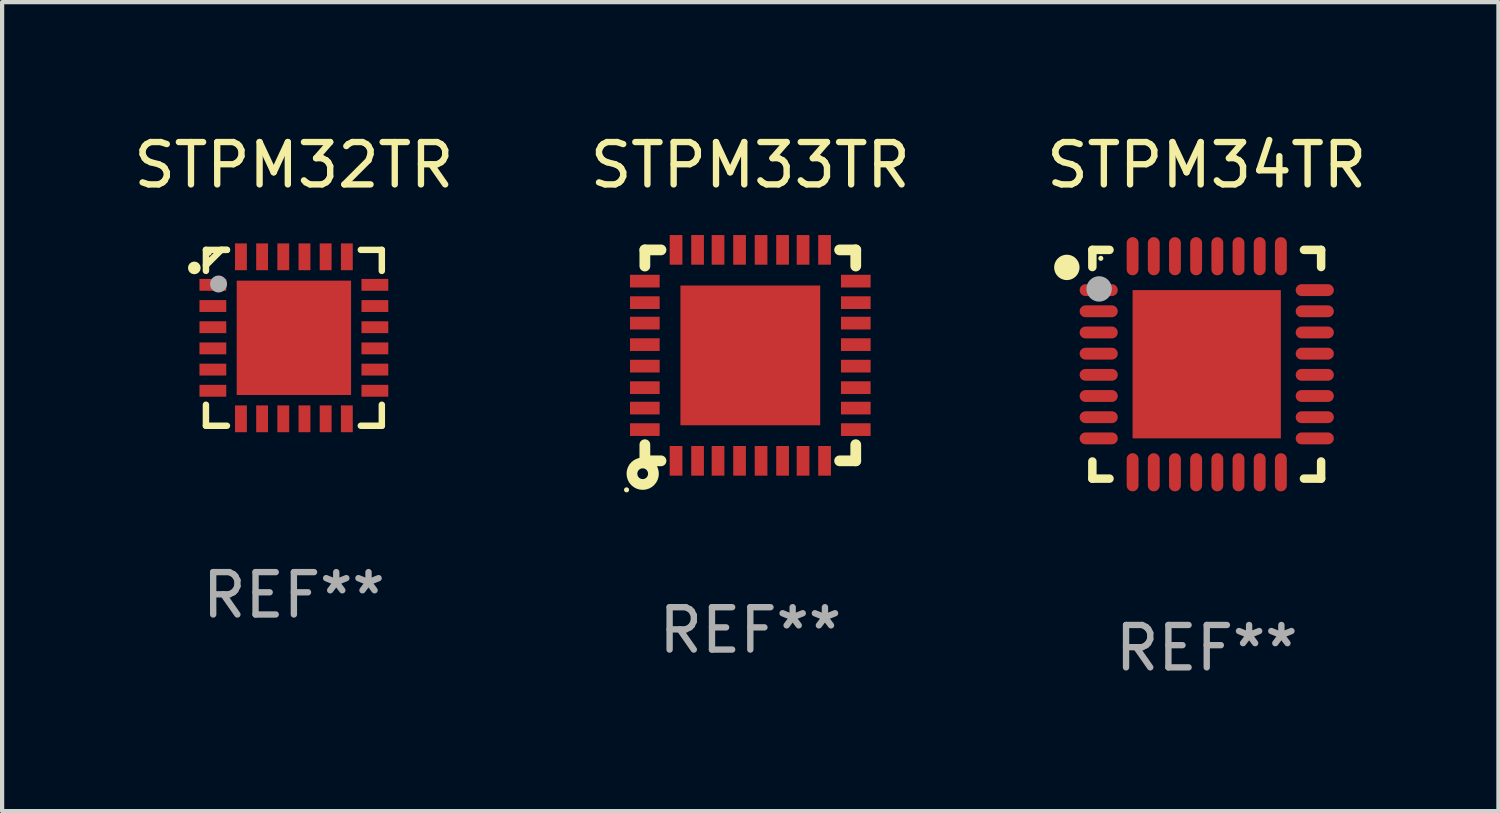
<source format=kicad_pcb>
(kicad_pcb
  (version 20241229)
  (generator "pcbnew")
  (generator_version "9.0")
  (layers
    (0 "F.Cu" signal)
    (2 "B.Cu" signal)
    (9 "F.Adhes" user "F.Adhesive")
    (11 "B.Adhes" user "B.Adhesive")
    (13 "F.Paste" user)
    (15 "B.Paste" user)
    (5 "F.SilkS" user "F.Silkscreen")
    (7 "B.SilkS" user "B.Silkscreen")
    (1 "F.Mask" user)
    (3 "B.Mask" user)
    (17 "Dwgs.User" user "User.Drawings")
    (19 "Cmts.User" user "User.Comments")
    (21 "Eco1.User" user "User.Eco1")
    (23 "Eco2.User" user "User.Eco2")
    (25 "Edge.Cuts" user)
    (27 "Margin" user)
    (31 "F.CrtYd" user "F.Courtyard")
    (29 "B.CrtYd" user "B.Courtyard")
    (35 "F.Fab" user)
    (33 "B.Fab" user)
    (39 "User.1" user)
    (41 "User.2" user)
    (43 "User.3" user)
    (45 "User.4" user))
  (footprint "STPM34TR"
    (layer "F.Cu")
    (at 25.435 5.548)
    (property "Reference" "STPM34TR" (at 0 -4.7 0) (layer "F.SilkS") (effects (font (size 1 1) (thickness 0.15))))
    (attr through_hole)
    (fp_line (start -2.7 -2.7) (end -2.295 -2.7) (stroke (width 0.2) (type solid)) (layer "F.SilkS"))
    (fp_line (start -2.7 -2.295) (end -2.7 -2.7) (stroke (width 0.2) (type solid)) (layer "F.SilkS"))
    (fp_line (start -2.7 2.295) (end -2.7 2.7) (stroke (width 0.2) (type solid)) (layer "F.SilkS"))
    (fp_line (start -2.7 2.7) (end -2.295 2.7) (stroke (width 0.2) (type solid)) (layer "F.SilkS"))
    (fp_line (start 2.295 -2.7) (end 2.7 -2.7) (stroke (width 0.2) (type solid)) (layer "F.SilkS"))
    (fp_line (start 2.295 2.7) (end 2.7 2.7) (stroke (width 0.2) (type solid)) (layer "F.SilkS"))
    (fp_line (start 2.7 -2.7) (end 2.7 -2.295) (stroke (width 0.2) (type solid)) (layer "F.SilkS"))
    (fp_line (start 2.7 2.7) (end 2.7 2.295) (stroke (width 0.2) (type solid)) (layer "F.SilkS"))
    (fp_circle (center -3.302 -2.286) (end -3.152 -2.286) (stroke (width 0.3) (type solid)) (fill no) (layer "F.SilkS"))
    (fp_circle (center -2.5 -2.5) (end -2.47 -2.5) (stroke (width 0.06) (type solid)) (fill no) (layer "F.SilkS"))
    (fp_circle (center -2.54 -1.778) (end -2.39 -1.778) (stroke (width 0.3) (type solid)) (fill no) (layer "F.Fab"))
    (fp_text user "REF**" (at 0 6.7 0) (layer "F.Fab") (effects (font (size 1 1) (thickness 0.15))))
    (pad "1" smd oval (at -2.55 -1.75 90) (size 0.28 0.9) (layers "F.Cu" "F.Mask" "F.Paste"))
    (pad "2" smd oval (at -2.55 -1.25 90) (size 0.28 0.9) (layers "F.Cu" "F.Mask" "F.Paste"))
    (pad "3" smd oval (at -2.55 -0.75 90) (size 0.28 0.9) (layers "F.Cu" "F.Mask" "F.Paste"))
    (pad "4" smd oval (at -2.55 -0.25 90) (size 0.28 0.9) (layers "F.Cu" "F.Mask" "F.Paste"))
    (pad "5" smd oval (at -2.55 0.25 90) (size 0.28 0.9) (layers "F.Cu" "F.Mask" "F.Paste"))
    (pad "6" smd oval (at -2.55 0.75 90) (size 0.28 0.9) (layers "F.Cu" "F.Mask" "F.Paste"))
    (pad "7" smd oval (at -2.55 1.25 90) (size 0.28 0.9) (layers "F.Cu" "F.Mask" "F.Paste"))
    (pad "8" smd oval (at -2.55 1.75 90) (size 0.28 0.9) (layers "F.Cu" "F.Mask" "F.Paste"))
    (pad "9" smd oval (at -1.75 2.55) (size 0.28 0.9) (layers "F.Cu" "F.Mask" "F.Paste"))
    (pad "10" smd oval (at -1.25 2.55) (size 0.28 0.9) (layers "F.Cu" "F.Mask" "F.Paste"))
    (pad "11" smd oval (at -0.75 2.55) (size 0.28 0.9) (layers "F.Cu" "F.Mask" "F.Paste"))
    (pad "12" smd oval (at -0.25 2.55) (size 0.28 0.9) (layers "F.Cu" "F.Mask" "F.Paste"))
    (pad "13" smd oval (at 0.25 2.55) (size 0.28 0.9) (layers "F.Cu" "F.Mask" "F.Paste"))
    (pad "14" smd oval (at 0.75 2.55) (size 0.28 0.9) (layers "F.Cu" "F.Mask" "F.Paste"))
    (pad "15" smd oval (at 1.25 2.55) (size 0.28 0.9) (layers "F.Cu" "F.Mask" "F.Paste"))
    (pad "16" smd oval (at 1.75 2.55) (size 0.28 0.9) (layers "F.Cu" "F.Mask" "F.Paste"))
    (pad "17" smd oval (at 2.55 1.75 90) (size 0.28 0.9) (layers "F.Cu" "F.Mask" "F.Paste"))
    (pad "18" smd oval (at 2.55 1.25 90) (size 0.28 0.9) (layers "F.Cu" "F.Mask" "F.Paste"))
    (pad "19" smd oval (at 2.55 0.75 90) (size 0.28 0.9) (layers "F.Cu" "F.Mask" "F.Paste"))
    (pad "20" smd oval (at 2.55 0.25 90) (size 0.28 0.9) (layers "F.Cu" "F.Mask" "F.Paste"))
    (pad "21" smd oval (at 2.55 -0.25 90) (size 0.28 0.9) (layers "F.Cu" "F.Mask" "F.Paste"))
    (pad "22" smd oval (at 2.55 -0.75 90) (size 0.28 0.9) (layers "F.Cu" "F.Mask" "F.Paste"))
    (pad "23" smd oval (at 2.55 -1.25 90) (size 0.28 0.9) (layers "F.Cu" "F.Mask" "F.Paste"))
    (pad "24" smd oval (at 2.55 -1.75 90) (size 0.28 0.9) (layers "F.Cu" "F.Mask" "F.Paste"))
    (pad "25" smd oval (at 1.75 -2.55) (size 0.28 0.9) (layers "F.Cu" "F.Mask" "F.Paste"))
    (pad "26" smd oval (at 1.25 -2.55) (size 0.28 0.9) (layers "F.Cu" "F.Mask" "F.Paste"))
    (pad "27" smd oval (at 0.75 -2.55) (size 0.28 0.9) (layers "F.Cu" "F.Mask" "F.Paste"))
    (pad "28" smd oval (at 0.25 -2.55) (size 0.28 0.9) (layers "F.Cu" "F.Mask" "F.Paste"))
    (pad "29" smd oval (at -0.25 -2.55) (size 0.28 0.9) (layers "F.Cu" "F.Mask" "F.Paste"))
    (pad "30" smd oval (at -0.75 -2.55) (size 0.28 0.9) (layers "F.Cu" "F.Mask" "F.Paste"))
    (pad "31" smd oval (at -1.25 -2.55) (size 0.28 0.9) (layers "F.Cu" "F.Mask" "F.Paste"))
    (pad "32" smd oval (at -1.75 -2.55) (size 0.28 0.9) (layers "F.Cu" "F.Mask" "F.Paste"))
    (pad "33" smd rect (at 0 0) (size 3.5 3.5) (layers "F.Cu" "F.Mask" "F.Paste")))
  (footprint "STPM32TR"
    (layer "F.Cu")
    (at 3.887 4.924)
    (property "Reference" "STPM32TR" (at 0 -4.076 0) (layer "F.SilkS") (effects (font (size 1 1) (thickness 0.15))))
    (attr through_hole)
    (fp_line (start -2.076 -2.076) (end -2.076 -1.58) (stroke (width 0.152) (type solid)) (layer "F.SilkS"))
    (fp_line (start -2.076 2.076) (end -2.076 1.58) (stroke (width 0.152) (type solid)) (layer "F.SilkS"))
    (fp_line (start -1.713 -2.076) (end -2.076 -1.713) (stroke (width 0.152) (type solid)) (layer "F.SilkS"))
    (fp_line (start -1.58 -2.076) (end -2.076 -2.076) (stroke (width 0.152) (type solid)) (layer "F.SilkS"))
    (fp_line (start -1.58 -2.076) (end -1.713 -2.076) (stroke (width 0.152) (type solid)) (layer "F.SilkS"))
    (fp_line (start -1.58 2.076) (end -2.076 2.076) (stroke (width 0.152) (type solid)) (layer "F.SilkS"))
    (fp_line (start 1.58 -2.076) (end 2.076 -2.076) (stroke (width 0.152) (type solid)) (layer "F.SilkS"))
    (fp_line (start 1.58 2.076) (end 2.076 2.076) (stroke (width 0.152) (type solid)) (layer "F.SilkS"))
    (fp_line (start 2.076 -2.076) (end 2.076 -1.58) (stroke (width 0.152) (type solid)) (layer "F.SilkS"))
    (fp_line (start 2.076 2.076) (end 2.076 1.58) (stroke (width 0.152) (type solid)) (layer "F.SilkS"))
    (fp_circle (center -2.35 -1.65) (end -2.275 -1.65) (stroke (width 0.15) (type solid)) (fill no) (layer "F.SilkS"))
    (fp_circle (center -2 -2) (end -1.97 -2) (stroke (width 0.06) (type solid)) (fill no) (layer "F.SilkS"))
    (fp_circle (center -1.778 -1.27) (end -1.678 -1.27) (stroke (width 0.2) (type solid)) (fill no) (layer "F.Fab"))
    (fp_text user "REF**" (at 0 6.076 0) (layer "F.Fab") (effects (font (size 1 1) (thickness 0.15))))
    (pad "1" smd rect (at -1.912 -1.25) (size 0.633 0.28) (layers "F.Cu" "F.Mask" "F.Paste"))
    (pad "2" smd rect (at -1.912 -0.75) (size 0.633 0.28) (layers "F.Cu" "F.Mask" "F.Paste"))
    (pad "3" smd rect (at -1.912 -0.25) (size 0.633 0.28) (layers "F.Cu" "F.Mask" "F.Paste"))
    (pad "4" smd rect (at -1.912 0.25) (size 0.633 0.28) (layers "F.Cu" "F.Mask" "F.Paste"))
    (pad "5" smd rect (at -1.912 0.75) (size 0.633 0.28) (layers "F.Cu" "F.Mask" "F.Paste"))
    (pad "6" smd rect (at -1.912 1.25) (size 0.633 0.28) (layers "F.Cu" "F.Mask" "F.Paste"))
    (pad "7" smd rect (at -1.25 1.912) (size 0.28 0.633) (layers "F.Cu" "F.Mask" "F.Paste"))
    (pad "8" smd rect (at -0.75 1.912) (size 0.28 0.633) (layers "F.Cu" "F.Mask" "F.Paste"))
    (pad "9" smd rect (at -0.25 1.912) (size 0.28 0.633) (layers "F.Cu" "F.Mask" "F.Paste"))
    (pad "10" smd rect (at 0.25 1.912) (size 0.28 0.633) (layers "F.Cu" "F.Mask" "F.Paste"))
    (pad "11" smd rect (at 0.75 1.912) (size 0.28 0.633) (layers "F.Cu" "F.Mask" "F.Paste"))
    (pad "12" smd rect (at 1.25 1.912) (size 0.28 0.633) (layers "F.Cu" "F.Mask" "F.Paste"))
    (pad "13" smd rect (at 1.912 1.25) (size 0.633 0.28) (layers "F.Cu" "F.Mask" "F.Paste"))
    (pad "14" smd rect (at 1.912 0.75) (size 0.633 0.28) (layers "F.Cu" "F.Mask" "F.Paste"))
    (pad "15" smd rect (at 1.912 0.25) (size 0.633 0.28) (layers "F.Cu" "F.Mask" "F.Paste"))
    (pad "16" smd rect (at 1.912 -0.25) (size 0.633 0.28) (layers "F.Cu" "F.Mask" "F.Paste"))
    (pad "17" smd rect (at 1.912 -0.75) (size 0.633 0.28) (layers "F.Cu" "F.Mask" "F.Paste"))
    (pad "18" smd rect (at 1.912 -1.25) (size 0.633 0.28) (layers "F.Cu" "F.Mask" "F.Paste"))
    (pad "19" smd rect (at 1.25 -1.912) (size 0.28 0.633) (layers "F.Cu" "F.Mask" "F.Paste"))
    (pad "20" smd rect (at 0.75 -1.912) (size 0.28 0.633) (layers "F.Cu" "F.Mask" "F.Paste"))
    (pad "21" smd rect (at 0.25 -1.912) (size 0.28 0.633) (layers "F.Cu" "F.Mask" "F.Paste"))
    (pad "22" smd rect (at -0.25 -1.912) (size 0.28 0.633) (layers "F.Cu" "F.Mask" "F.Paste"))
    (pad "23" smd rect (at -0.75 -1.912) (size 0.28 0.633) (layers "F.Cu" "F.Mask" "F.Paste"))
    (pad "24" smd rect (at -1.25 -1.912) (size 0.28 0.633) (layers "F.Cu" "F.Mask" "F.Paste"))
    (pad "25" smd rect (at 0 0) (size 2.7 2.7) (layers "F.Cu" "F.Mask" "F.Paste")))
  (footprint "STPM33TR"
    (layer "F.Cu")
    (at 14.661 5.338)
    (property "Reference" "STPM33TR" (at 0 -4.49 0) (layer "F.SilkS") (effects (font (size 1 1) (thickness 0.15))))
    (attr through_hole)
    (fp_line (start -2.489 -2.489) (end -2.489 -2.108) (stroke (width 0.254) (type solid)) (layer "F.SilkS"))
    (fp_line (start -2.489 -2.489) (end -2.108 -2.489) (stroke (width 0.254) (type solid)) (layer "F.SilkS"))
    (fp_line (start -2.489 2.109) (end -2.489 2.49) (stroke (width 0.254) (type solid)) (layer "F.SilkS"))
    (fp_line (start -2.108 2.49) (end -2.489 2.49) (stroke (width 0.254) (type solid)) (layer "F.SilkS"))
    (fp_line (start 2.108 -2.489) (end 2.489 -2.489) (stroke (width 0.254) (type solid)) (layer "F.SilkS"))
    (fp_line (start 2.489 -2.108) (end 2.489 -2.489) (stroke (width 0.254) (type solid)) (layer "F.SilkS"))
    (fp_line (start 2.489 2.49) (end 2.108 2.49) (stroke (width 0.254) (type solid)) (layer "F.SilkS"))
    (fp_line (start 2.489 2.49) (end 2.489 2.109) (stroke (width 0.254) (type solid)) (layer "F.SilkS"))
    (fp_circle (center -2.921 3.175) (end -2.891 3.175) (stroke (width 0.06) (type solid)) (fill no) (layer "F.SilkS"))
    (fp_circle (center -2.54 2.794) (end -2.286 2.794) (stroke (width 0.254) (type solid)) (fill no) (layer "F.SilkS"))
    (fp_text user "REF**" (at 0 6.49 0) (layer "F.Fab") (effects (font (size 1 1) (thickness 0.15))))
    (pad "1" smd rect (at -1.753 2.49 180) (size 0.3 0.7) (layers "F.Cu" "F.Mask" "F.Paste"))
    (pad "2" smd rect (at -1.245 2.49 180) (size 0.3 0.7) (layers "F.Cu" "F.Mask" "F.Paste"))
    (pad "3" smd rect (at -0.762 2.49 180) (size 0.3 0.7) (layers "F.Cu" "F.Mask" "F.Paste"))
    (pad "4" smd rect (at -0.254 2.49 180) (size 0.3 0.7) (layers "F.Cu" "F.Mask" "F.Paste"))
    (pad "5" smd rect (at 0.254 2.49 180) (size 0.3 0.7) (layers "F.Cu" "F.Mask" "F.Paste"))
    (pad "6" smd rect (at 0.762 2.49 180) (size 0.3 0.7) (layers "F.Cu" "F.Mask" "F.Paste"))
    (pad "7" smd rect (at 1.245 2.49 180) (size 0.3 0.7) (layers "F.Cu" "F.Mask" "F.Paste"))
    (pad "8" smd rect (at 1.753 2.49 180) (size 0.3 0.7) (layers "F.Cu" "F.Mask" "F.Paste"))
    (pad "9" smd rect (at 2.49 1.753 270) (size 0.3 0.7) (layers "F.Cu" "F.Mask" "F.Paste"))
    (pad "10" smd rect (at 2.49 1.245 270) (size 0.3 0.7) (layers "F.Cu" "F.Mask" "F.Paste"))
    (pad "11" smd rect (at 2.49 0.763 270) (size 0.3 0.7) (layers "F.Cu" "F.Mask" "F.Paste"))
    (pad "12" smd rect (at 2.49 0.255 270) (size 0.3 0.7) (layers "F.Cu" "F.Mask" "F.Paste"))
    (pad "13" smd rect (at 2.49 -0.253 270) (size 0.3 0.7) (layers "F.Cu" "F.Mask" "F.Paste"))
    (pad "14" smd rect (at 2.49 -0.761 270) (size 0.3 0.7) (layers "F.Cu" "F.Mask" "F.Paste"))
    (pad "15" smd rect (at 2.49 -1.244 270) (size 0.3 0.7) (layers "F.Cu" "F.Mask" "F.Paste"))
    (pad "16" smd rect (at 2.49 -1.752 270) (size 0.3 0.7) (layers "F.Cu" "F.Mask" "F.Paste"))
    (pad "17" smd rect (at 1.753 -2.49) (size 0.3 0.7) (layers "F.Cu" "F.Mask" "F.Paste"))
    (pad "18" smd rect (at 1.245 -2.49) (size 0.3 0.7) (layers "F.Cu" "F.Mask" "F.Paste"))
    (pad "19" smd rect (at 0.762 -2.49) (size 0.3 0.7) (layers "F.Cu" "F.Mask" "F.Paste"))
    (pad "20" smd rect (at 0.254 -2.49) (size 0.3 0.7) (layers "F.Cu" "F.Mask" "F.Paste"))
    (pad "21" smd rect (at -0.254 -2.49) (size 0.3 0.7) (layers "F.Cu" "F.Mask" "F.Paste"))
    (pad "22" smd rect (at -0.762 -2.49) (size 0.3 0.7) (layers "F.Cu" "F.Mask" "F.Paste"))
    (pad "23" smd rect (at -1.245 -2.49) (size 0.3 0.7) (layers "F.Cu" "F.Mask" "F.Paste"))
    (pad "24" smd rect (at -1.753 -2.49) (size 0.3 0.7) (layers "F.Cu" "F.Mask" "F.Paste"))
    (pad "25" smd rect (at -2.49 -1.752 90) (size 0.3 0.7) (layers "F.Cu" "F.Mask" "F.Paste"))
    (pad "26" smd rect (at -2.49 -1.244 90) (size 0.3 0.7) (layers "F.Cu" "F.Mask" "F.Paste"))
    (pad "27" smd rect (at -2.49 -0.761 90) (size 0.3 0.7) (layers "F.Cu" "F.Mask" "F.Paste"))
    (pad "28" smd rect (at -2.49 -0.253 90) (size 0.3 0.7) (layers "F.Cu" "F.Mask" "F.Paste"))
    (pad "29" smd rect (at -2.49 0.255 90) (size 0.3 0.7) (layers "F.Cu" "F.Mask" "F.Paste"))
    (pad "30" smd rect (at -2.49 0.763 90) (size 0.3 0.7) (layers "F.Cu" "F.Mask" "F.Paste"))
    (pad "31" smd rect (at -2.49 1.245 90) (size 0.3 0.7) (layers "F.Cu" "F.Mask" "F.Paste"))
    (pad "32" smd rect (at -2.49 1.753 90) (size 0.3 0.7) (layers "F.Cu" "F.Mask" "F.Paste"))
    (pad "33" smd rect (at 0 0.001 90) (size 3.299 3.299) (layers "F.Cu" "F.Mask" "F.Paste")))
  (gr_rect
    (start -3 -3)
    (end 32.321 16.097)
    (stroke (width 0.1) (type default))
    (fill no)
    (layer "Edge.Cuts")))
</source>
